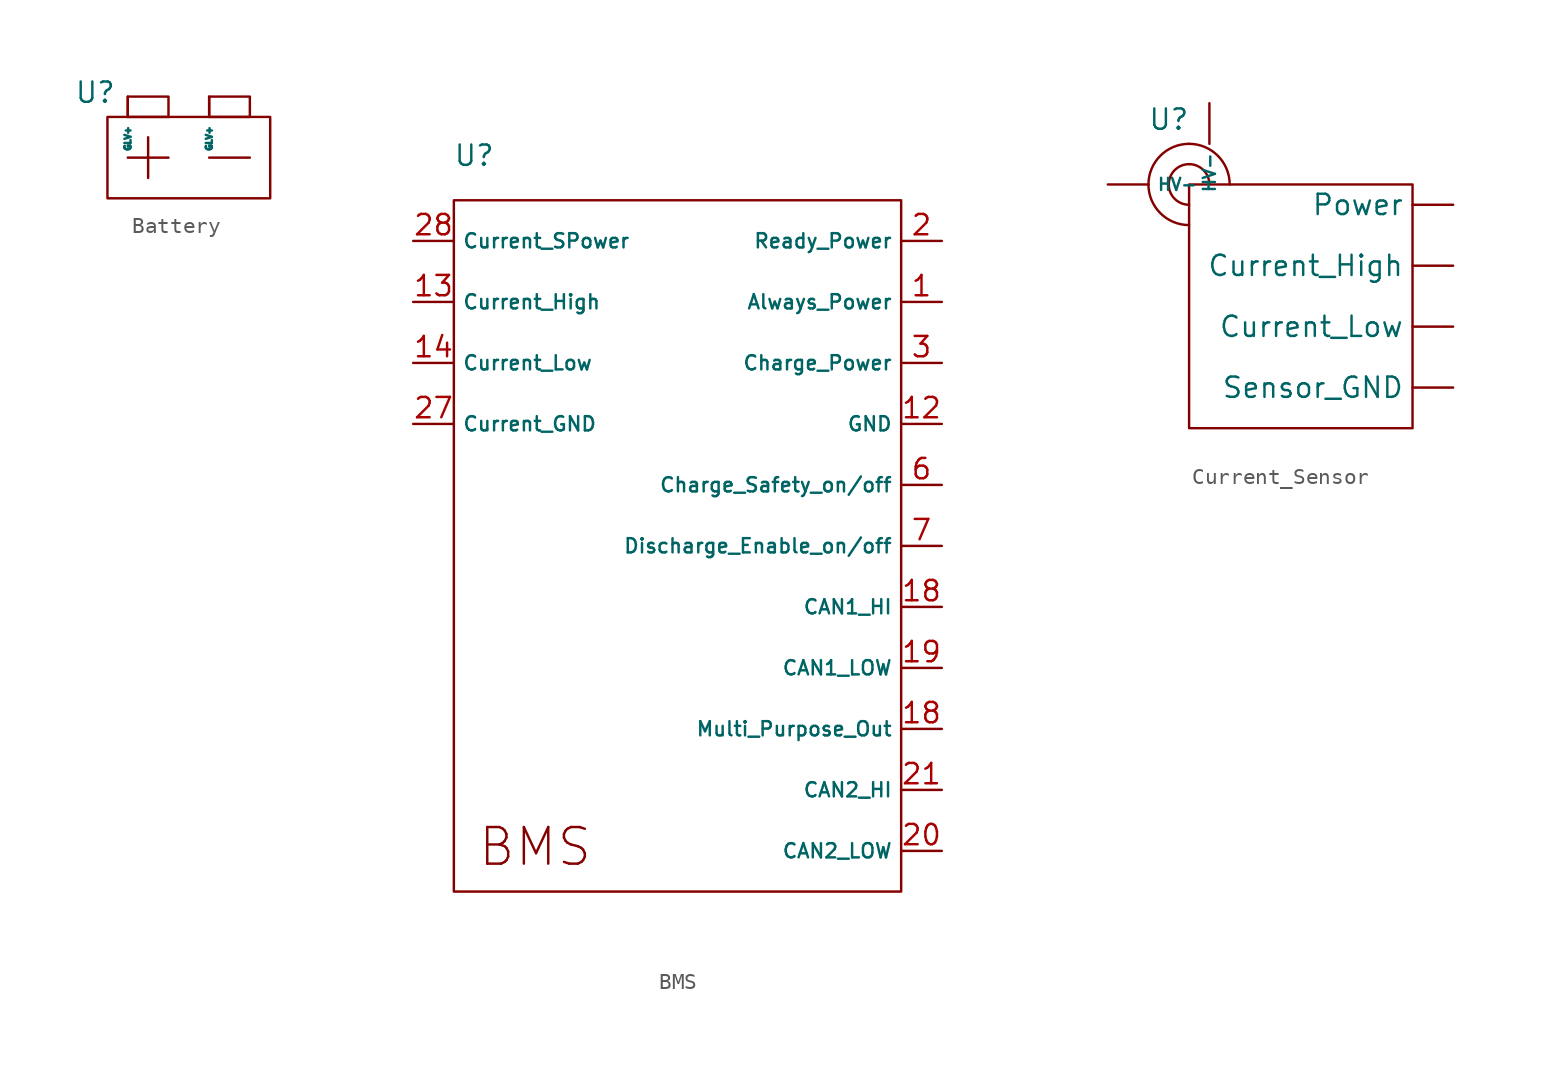
<source format=kicad_sym>
(kicad_symbol_lib
  (version 20231120)
  (generator "kicad_symbol_editor")
  (generator_version "8.0")
  (symbol "Battery"
    (property "Reference" "U"
      (at -5.842 7.874 0)
      (effects (font (size 1.27 1.27))))
    (property "Value" ""
      (at 1.27 7.62 0)
      (effects (font (size 1.27 1.27))))
    (symbol "Battery_0_1"
      (rectangle (start -5.08 6.35) (end 5.08 1.27) (stroke (width 0) (type default)) (fill (type none)))
      (rectangle (start -3.81 7.62) (end -1.27 6.35) (stroke (width 0) (type default)) (fill (type none)))
      (polyline (pts (xy -3.81 3.81) (xy -1.27 3.81)) (stroke (width 0) (type default)) (fill (type none)))
      (polyline (pts (xy -2.54 5.08) (xy -2.54 2.54)) (stroke (width 0) (type default)) (fill (type none)))
      (polyline (pts (xy 1.27 3.81) (xy 3.81 3.81)) (stroke (width 0) (type default)) (fill (type none)))
      (rectangle (start 1.27 7.62) (end 3.81 6.35) (stroke (width 0) (type default)) (fill (type none))))
    (symbol "Battery_1_1"
      (pin bidirectional line (at -3.81 7.62 270) (length 1.27) (name "GLV+" (effects (font (size 0.381 0.381)))) (number "" (effects (font (size 1.27 1.27)))))
      (pin bidirectional line (at 1.27 7.62 270) (length 1.27) (name "GLV+" (effects (font (size 0.381 0.381)))) (number "" (effects (font (size 0.381 0.381)))))))
  (symbol "BMS"
    (property "Reference" "U"
      (at -13.97 19.304 0)
      (effects (font (size 1.27 1.27))))
    (property "Value" ""
      (at 13.97 12.7 0)
      (effects (font (size 1.27 1.27))))
    (symbol "BMS_0_1"
      (rectangle (start -15.24 16.51) (end 12.7 -26.67) (stroke (width 0) (type default)) (fill (type none))))
    (symbol "BMS_1_1"
      (text "BMS" (at -10.16 -23.876 0) (effects (font (size 2.286 2.286))))
      (pin input line (at 15.24 10.16 180) (length 2.54) (name "Always_Power" (effects (font (size 0.889 0.889)))) (number "1" (effects (font (size 1.27 1.27)))))
      (pin input line (at 15.24 2.54 180) (length 2.54) (name "GND" (effects (font (size 0.889 0.889)))) (number "12" (effects (font (size 1.27 1.27)))))
      (pin input line (at -17.78 10.16 0) (length 2.54) (name "Current_High" (effects (font (size 0.889 0.889)))) (number "13" (effects (font (size 1.27 1.27)))))
      (pin input line (at -17.78 6.35 0) (length 2.54) (name "Current_Low" (effects (font (size 0.889 0.889)))) (number "14" (effects (font (size 1.27 1.27)))))
      (pin bidirectional line (at 15.24 -8.89 180) (length 2.54) (name "CAN1_HI" (effects (font (size 0.889 0.889)))) (number "18" (effects (font (size 1.27 1.27)))))
      (pin output line (at 15.24 -16.51 180) (length 2.54) (name "Multi_Purpose_Out" (effects (font (size 0.889 0.889)))) (number "18" (effects (font (size 1.27 1.27)))))
      (pin bidirectional line (at 15.24 -12.7 180) (length 2.54) (name "CAN1_LOW" (effects (font (size 0.889 0.889)))) (number "19" (effects (font (size 1.27 1.27)))))
      (pin input line (at 15.24 13.97 180) (length 2.54) (name "Ready_Power" (effects (font (size 0.889 0.889)))) (number "2" (effects (font (size 1.27 1.27)))))
      (pin bidirectional line (at 15.24 -24.13 180) (length 2.54) (name "CAN2_LOW" (effects (font (size 0.889 0.889)))) (number "20" (effects (font (size 1.27 1.27)))))
      (pin bidirectional line (at 15.24 -20.32 180) (length 2.54) (name "CAN2_HI" (effects (font (size 0.889 0.889)))) (number "21" (effects (font (size 1.27 1.27)))))
      (pin input line (at -17.78 2.54 0) (length 2.54) (name "Current_GND" (effects (font (size 0.889 0.889)))) (number "27" (effects (font (size 1.27 1.27)))))
      (pin input line (at -17.78 13.97 0) (length 2.54) (name "Current_SPower" (effects (font (size 0.889 0.889)))) (number "28" (effects (font (size 1.27 1.27)))))
      (pin input line (at 15.24 6.35 180) (length 2.54) (name "Charge_Power" (effects (font (size 0.889 0.889)))) (number "3" (effects (font (size 1.27 1.27)))))
      (pin output line (at 15.24 -1.27 180) (length 2.54) (name "Charge_Safety_on/off" (effects (font (size 0.889 0.889)))) (number "6" (effects (font (size 1.27 1.27)))))
      (pin output line (at 15.24 -5.08 180) (length 2.54) (name "Discharge_Enable_on/off" (effects (font (size 0.889 0.889)))) (number "7" (effects (font (size 1.27 1.27)))))))
  (symbol "Current_Sensor"
    (property "Reference" "U"
      (at -1.27 4.064 0)
      (effects (font (size 1.27 1.27))))
    (property "Value" ""
      (at 0 0 0)
      (effects (font (size 1.27 1.27))))
    (symbol "Current_Sensor_0_1"
      (arc (start -2.54 0) (mid -1.7961 -1.7961) (end 0 -2.54) (stroke (width 0) (type default)) (fill (type none)))
      (arc (start -1.27 0) (mid -0.898 -0.898) (end 0 -1.27) (stroke (width 0) (type default)) (fill (type none)))
      (rectangle (start 0 0) (end 13.97 -15.24) (stroke (width 0) (type default)) (fill (type none)))
      (arc (start 0 1.27) (mid -0.898 0.898) (end -1.27 0) (stroke (width 0) (type default)) (fill (type none)))
      (arc (start 0 2.54) (mid -1.7961 1.7961) (end -2.54 0) (stroke (width 0) (type default)) (fill (type none)))
      (arc (start 1.27 0) (mid 0.898 0.898) (end 0 1.27) (stroke (width 0) (type default)) (fill (type none)))
      (arc (start 2.54 0) (mid 1.7961 1.7961) (end 0 2.54) (stroke (width 0) (type default)) (fill (type none))))
    (symbol "Current_Sensor_1_1"
      (pin input line (at 16.51 -5.08 180) (length 2.54) (name "Current_High" (effects (font (size 1.27 1.27)))) (number "" (effects (font (size 1.27 1.27)))))
      (pin input line (at 16.51 -8.89 180) (length 2.54) (name "Current_Low" (effects (font (size 1.27 1.27)))) (number "" (effects (font (size 1.27 1.27)))))
      (pin bidirectional line (at -5.08 0 0) (length 2.54) (name "HV-" (effects (font (size 0.762 0.762)))) (number "" (effects (font (size 1.27 1.27)))))
      (pin bidirectional line (at 1.27 5.08 270) (length 2.54) (name "HV-" (effects (font (size 0.762 0.762)))) (number "" (effects (font (size 1.27 1.27)))))
      (pin input line (at 16.51 -1.27 180) (length 2.54) (name "Power" (effects (font (size 1.27 1.27)))) (number "" (effects (font (size 1.27 1.27)))))
      (pin input line (at 16.51 -12.7 180) (length 2.54) (name "Sensor_GND" (effects (font (size 1.27 1.27)))) (number "" (effects (font (size 1.27 1.27))))))))
</source>
